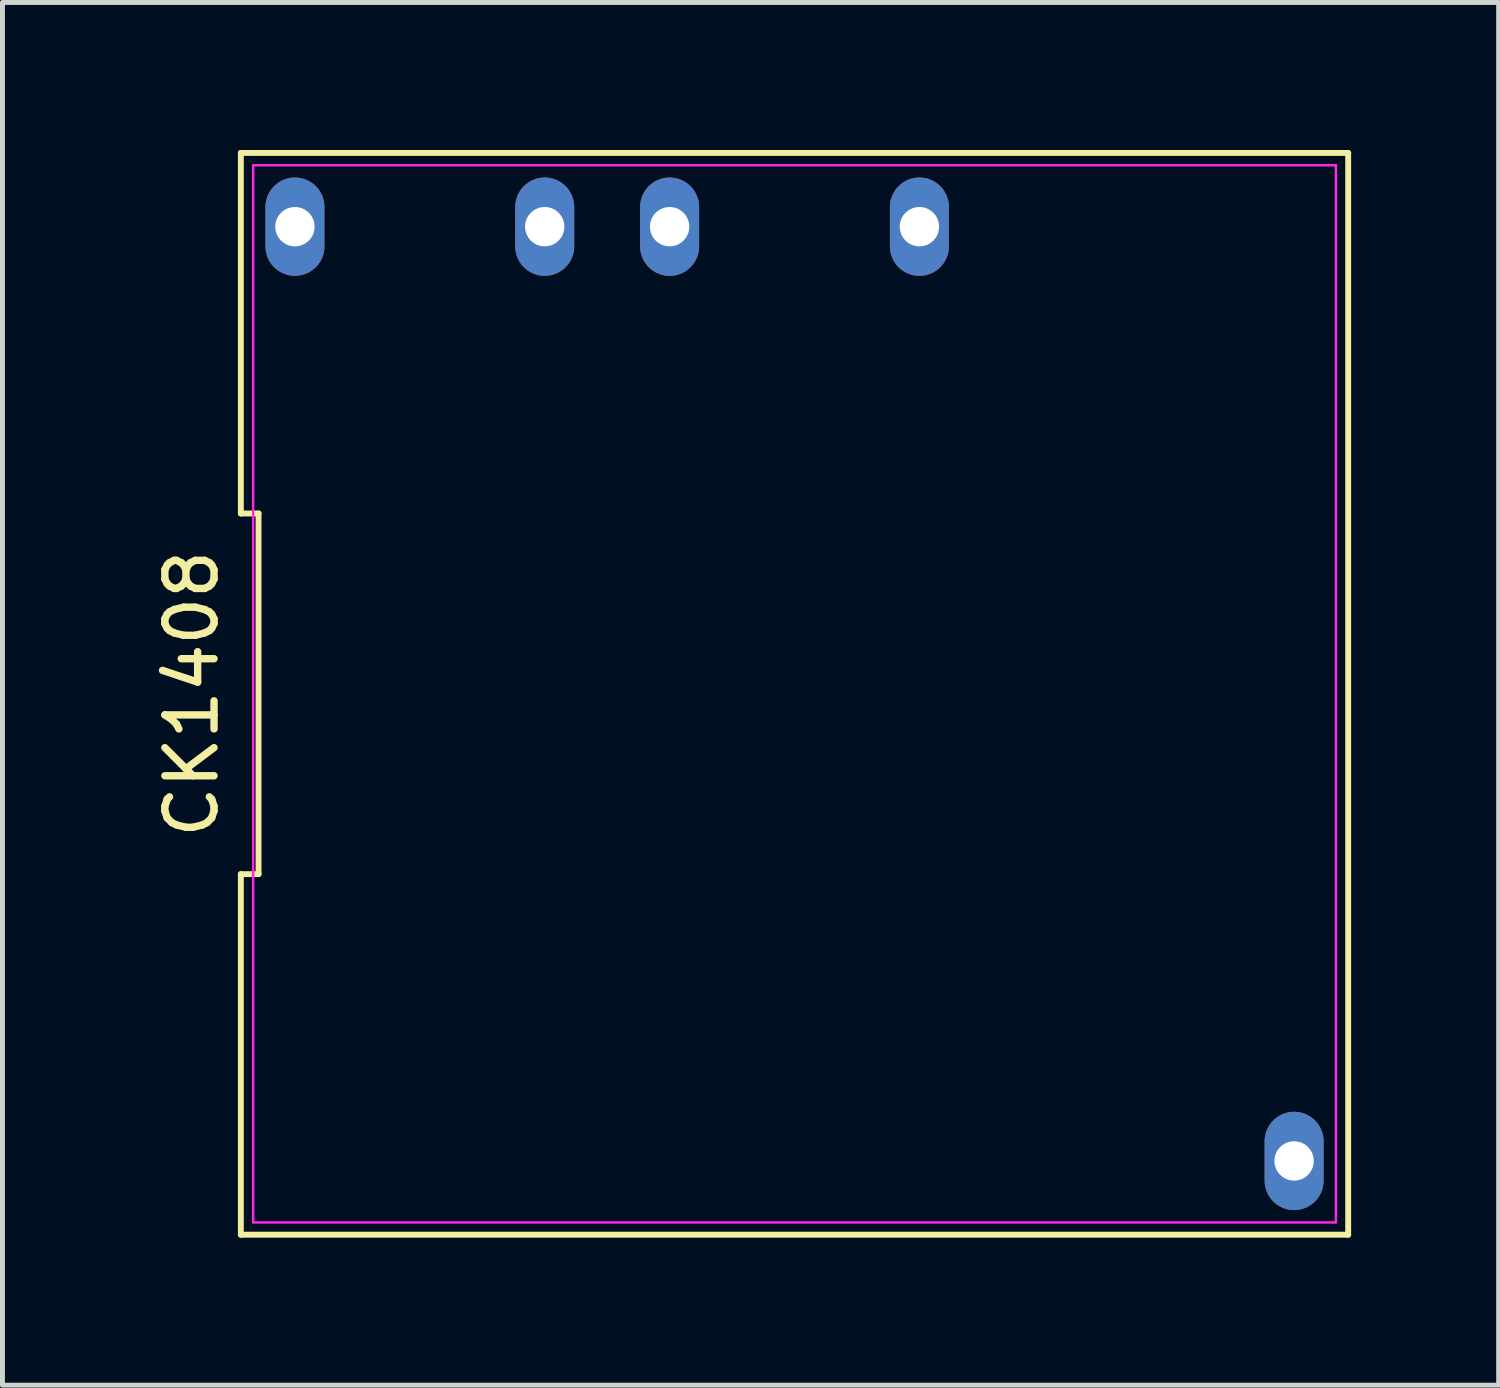
<source format=kicad_pcb>
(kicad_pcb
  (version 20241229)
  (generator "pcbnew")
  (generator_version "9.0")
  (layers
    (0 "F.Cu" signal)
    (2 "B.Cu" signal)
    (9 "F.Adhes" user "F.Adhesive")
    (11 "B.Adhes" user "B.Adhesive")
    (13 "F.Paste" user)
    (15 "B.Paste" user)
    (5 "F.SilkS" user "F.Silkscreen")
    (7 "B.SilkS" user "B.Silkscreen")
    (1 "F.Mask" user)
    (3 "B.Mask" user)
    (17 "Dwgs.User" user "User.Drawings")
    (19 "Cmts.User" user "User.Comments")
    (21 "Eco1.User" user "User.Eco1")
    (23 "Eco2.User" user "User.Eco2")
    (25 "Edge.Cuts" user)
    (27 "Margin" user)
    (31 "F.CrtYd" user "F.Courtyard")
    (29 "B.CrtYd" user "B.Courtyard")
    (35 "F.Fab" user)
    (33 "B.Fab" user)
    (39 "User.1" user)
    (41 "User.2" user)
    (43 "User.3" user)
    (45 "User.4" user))
  (footprint "CK1408"
    (layer "F.Cu")
    (at 13.108 11.06)
    (property "Reference" "CK1408" (at -12.26 0 90) (layer "F.SilkS") (effects (font (size 1 1) (thickness 0.15))))
    (fp_line (start -11.26 -11) (end -11.26 -3.667) (stroke (width 0.12) (type solid)) (layer "F.SilkS"))
    (fp_line (start -11.26 -3.667) (end -10.9 -3.667) (stroke (width 0.12) (type solid)) (layer "F.SilkS"))
    (fp_line (start -11.26 3.667) (end -11.26 11) (stroke (width 0.12) (type solid)) (layer "F.SilkS"))
    (fp_line (start -11.26 11) (end 11.26 11) (stroke (width 0.12) (type solid)) (layer "F.SilkS"))
    (fp_line (start -10.9 -3.667) (end -10.9 3.667) (stroke (width 0.12) (type solid)) (layer "F.SilkS"))
    (fp_line (start -10.9 3.667) (end -11.26 3.667) (stroke (width 0.12) (type solid)) (layer "F.SilkS"))
    (fp_line (start 11.26 -11) (end -11.26 -11) (stroke (width 0.12) (type solid)) (layer "F.SilkS"))
    (fp_line (start 11.26 11) (end 11.26 -11) (stroke (width 0.12) (type solid)) (layer "F.SilkS"))
    (fp_line (start -11.01 -10.75) (end 11.01 -10.75) (stroke (width 0.05) (type solid)) (layer "F.CrtYd"))
    (fp_line (start -11.01 10.75) (end -11.01 -10.75) (stroke (width 0.05) (type solid)) (layer "F.CrtYd"))
    (fp_line (start 11.01 -10.75) (end 11.01 10.75) (stroke (width 0.05) (type solid)) (layer "F.CrtYd"))
    (fp_line (start 11.01 10.75) (end -11.01 10.75) (stroke (width 0.05) (type solid)) (layer "F.CrtYd"))
    (pad "1" thru_hole oval (at -10.16 -9.5) (size 1.2 2) (drill 0.8) (layers "*.Cu" "*.Mask"))
    (pad "2" thru_hole oval (at -5.08 -9.5) (size 1.2 2) (drill 0.8) (layers "*.Cu" "*.Mask"))
    (pad "3" thru_hole oval (at -2.54 -9.5) (size 1.2 2) (drill 0.8) (layers "*.Cu" "*.Mask"))
    (pad "4" thru_hole oval (at 2.54 -9.5) (size 1.2 2) (drill 0.8) (layers "*.Cu" "*.Mask"))
    (pad "5" thru_hole oval (at 10.16 9.5) (size 1.2 2) (drill 0.8) (layers "*.Cu" "*.Mask")))
  (gr_rect
    (start -3 -3)
    (end 27.428 25.12)
    (stroke (width 0.1) (type default))
    (fill no)
    (layer "Edge.Cuts")))
</source>
